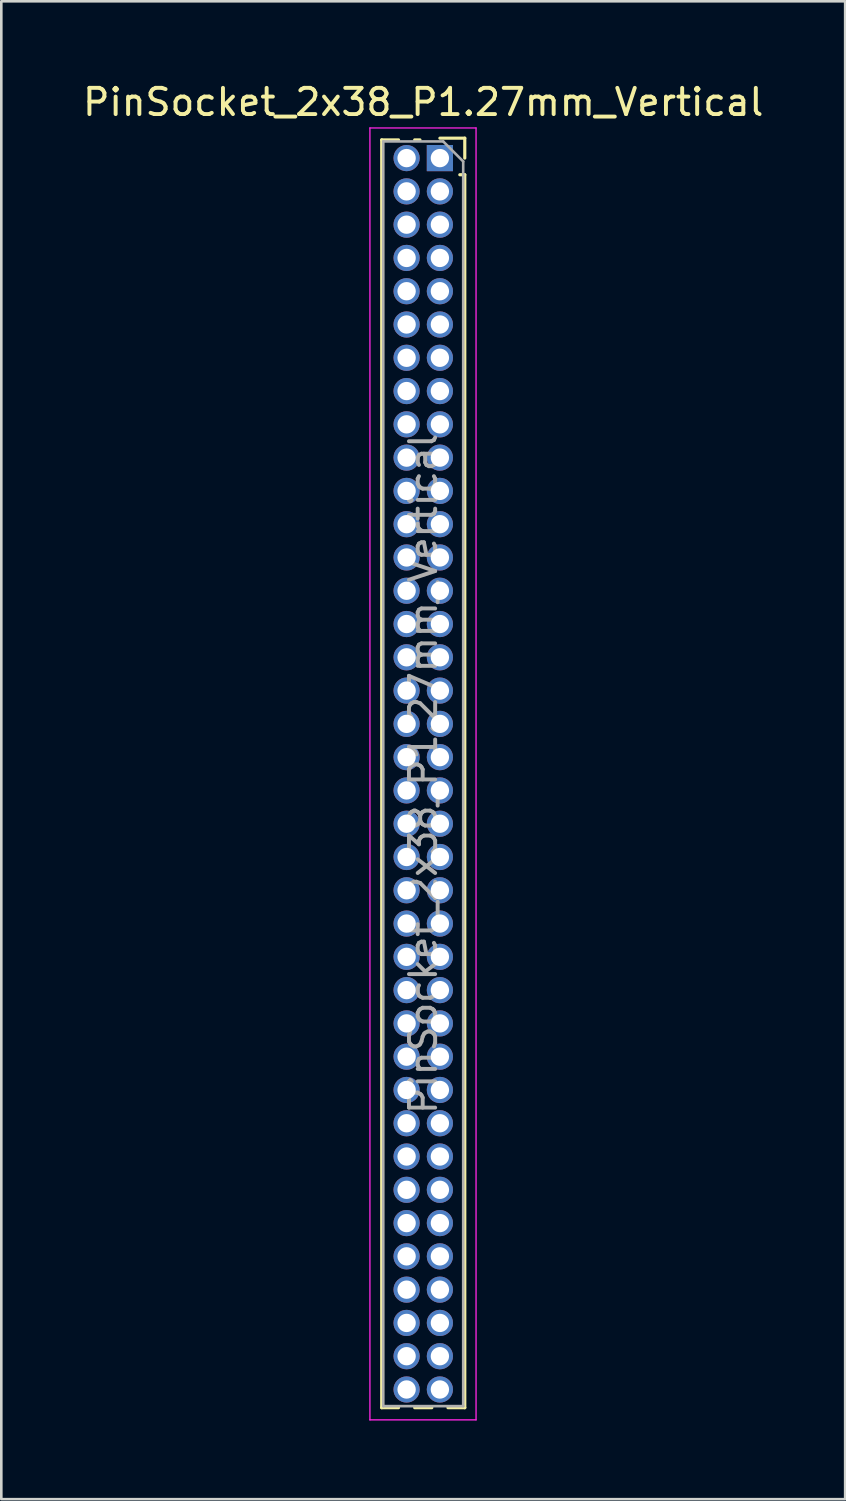
<source format=kicad_pcb>
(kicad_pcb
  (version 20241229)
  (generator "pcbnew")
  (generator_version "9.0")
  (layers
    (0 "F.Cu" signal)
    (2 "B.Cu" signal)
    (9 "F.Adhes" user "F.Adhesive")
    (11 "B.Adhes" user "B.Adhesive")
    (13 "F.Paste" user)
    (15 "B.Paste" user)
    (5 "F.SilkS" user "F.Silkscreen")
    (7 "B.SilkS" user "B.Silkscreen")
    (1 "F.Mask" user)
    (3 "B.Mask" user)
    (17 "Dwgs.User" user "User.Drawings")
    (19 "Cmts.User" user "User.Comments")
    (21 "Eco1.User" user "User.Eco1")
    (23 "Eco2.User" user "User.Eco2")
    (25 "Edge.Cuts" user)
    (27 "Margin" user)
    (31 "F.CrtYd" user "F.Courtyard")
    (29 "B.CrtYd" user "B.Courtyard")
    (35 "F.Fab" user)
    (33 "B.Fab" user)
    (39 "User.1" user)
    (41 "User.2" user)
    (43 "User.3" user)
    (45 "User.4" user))
  (footprint "PinSocket_2x38_P1.27mm_Vertical"
    (layer "F.Cu")
    (at 13.736 2.983)
    (property "Reference" "PinSocket_2x38_P1.27mm_Vertical" (at -0.635 -2.135 0) (layer "F.SilkS") (effects (font (size 1 1) (thickness 0.15))))
    (attr through_hole)
    (fp_line (start -2.22 -0.695) (end -2.22 47.685) (stroke (width 0.12) (type solid)) (layer "F.SilkS"))
    (fp_line (start -2.22 -0.695) (end -1.578 -0.695) (stroke (width 0.12) (type solid)) (layer "F.SilkS"))
    (fp_line (start -2.22 47.685) (end -1.578 47.685) (stroke (width 0.12) (type solid)) (layer "F.SilkS"))
    (fp_line (start -0.962 -0.695) (end -0.76 -0.695) (stroke (width 0.12) (type solid)) (layer "F.SilkS"))
    (fp_line (start -0.962 47.685) (end -0.308 47.685) (stroke (width 0.12) (type solid)) (layer "F.SilkS"))
    (fp_line (start 0 -0.76) (end 0.95 -0.76) (stroke (width 0.12) (type solid)) (layer "F.SilkS"))
    (fp_line (start 0.308 47.685) (end 0.95 47.685) (stroke (width 0.12) (type solid)) (layer "F.SilkS"))
    (fp_line (start 0.76 0.635) (end 0.95 0.635) (stroke (width 0.12) (type solid)) (layer "F.SilkS"))
    (fp_line (start 0.95 -0.76) (end 0.95 0) (stroke (width 0.12) (type solid)) (layer "F.SilkS"))
    (fp_line (start 0.95 0.635) (end 0.95 47.685) (stroke (width 0.12) (type solid)) (layer "F.SilkS"))
    (fp_line (start -2.67 -1.15) (end 1.38 -1.15) (stroke (width 0.05) (type solid)) (layer "F.CrtYd"))
    (fp_line (start -2.67 48.15) (end -2.67 -1.15) (stroke (width 0.05) (type solid)) (layer "F.CrtYd"))
    (fp_line (start 1.38 -1.15) (end 1.38 48.15) (stroke (width 0.05) (type solid)) (layer "F.CrtYd"))
    (fp_line (start 1.38 48.15) (end -2.67 48.15) (stroke (width 0.05) (type solid)) (layer "F.CrtYd"))
    (fp_line (start -2.16 -0.635) (end 0.128 -0.635) (stroke (width 0.1) (type solid)) (layer "F.Fab"))
    (fp_line (start -2.16 47.625) (end -2.16 -0.635) (stroke (width 0.1) (type solid)) (layer "F.Fab"))
    (fp_line (start 0.128 -0.635) (end 0.89 0.128) (stroke (width 0.1) (type solid)) (layer "F.Fab"))
    (fp_line (start 0.89 0.128) (end 0.89 47.625) (stroke (width 0.1) (type solid)) (layer "F.Fab"))
    (fp_line (start 0.89 47.625) (end -2.16 47.625) (stroke (width 0.1) (type solid)) (layer "F.Fab"))
    (fp_text user "${REFERENCE}" (at -0.635 23.495 90) (layer "F.Fab") (effects (font (size 1 1) (thickness 0.15))))
    (pad "1" thru_hole rect (at 0 0) (size 1 1) (drill 0.7) (layers "*.Cu" "*.Mask"))
    (pad "2" thru_hole circle (at -1.27 0) (size 1 1) (drill 0.7) (layers "*.Cu" "*.Mask"))
    (pad "3" thru_hole circle (at 0 1.27) (size 1 1) (drill 0.7) (layers "*.Cu" "*.Mask"))
    (pad "4" thru_hole circle (at -1.27 1.27) (size 1 1) (drill 0.7) (layers "*.Cu" "*.Mask"))
    (pad "5" thru_hole circle (at 0 2.54) (size 1 1) (drill 0.7) (layers "*.Cu" "*.Mask"))
    (pad "6" thru_hole circle (at -1.27 2.54) (size 1 1) (drill 0.7) (layers "*.Cu" "*.Mask"))
    (pad "7" thru_hole circle (at 0 3.81) (size 1 1) (drill 0.7) (layers "*.Cu" "*.Mask"))
    (pad "8" thru_hole circle (at -1.27 3.81) (size 1 1) (drill 0.7) (layers "*.Cu" "*.Mask"))
    (pad "9" thru_hole circle (at 0 5.08) (size 1 1) (drill 0.7) (layers "*.Cu" "*.Mask"))
    (pad "10" thru_hole circle (at -1.27 5.08) (size 1 1) (drill 0.7) (layers "*.Cu" "*.Mask"))
    (pad "11" thru_hole circle (at 0 6.35) (size 1 1) (drill 0.7) (layers "*.Cu" "*.Mask"))
    (pad "12" thru_hole circle (at -1.27 6.35) (size 1 1) (drill 0.7) (layers "*.Cu" "*.Mask"))
    (pad "13" thru_hole circle (at 0 7.62) (size 1 1) (drill 0.7) (layers "*.Cu" "*.Mask"))
    (pad "14" thru_hole circle (at -1.27 7.62) (size 1 1) (drill 0.7) (layers "*.Cu" "*.Mask"))
    (pad "15" thru_hole circle (at 0 8.89) (size 1 1) (drill 0.7) (layers "*.Cu" "*.Mask"))
    (pad "16" thru_hole circle (at -1.27 8.89) (size 1 1) (drill 0.7) (layers "*.Cu" "*.Mask"))
    (pad "17" thru_hole circle (at 0 10.16) (size 1 1) (drill 0.7) (layers "*.Cu" "*.Mask"))
    (pad "18" thru_hole circle (at -1.27 10.16) (size 1 1) (drill 0.7) (layers "*.Cu" "*.Mask"))
    (pad "19" thru_hole circle (at 0 11.43) (size 1 1) (drill 0.7) (layers "*.Cu" "*.Mask"))
    (pad "20" thru_hole circle (at -1.27 11.43) (size 1 1) (drill 0.7) (layers "*.Cu" "*.Mask"))
    (pad "21" thru_hole circle (at 0 12.7) (size 1 1) (drill 0.7) (layers "*.Cu" "*.Mask"))
    (pad "22" thru_hole circle (at -1.27 12.7) (size 1 1) (drill 0.7) (layers "*.Cu" "*.Mask"))
    (pad "23" thru_hole circle (at 0 13.97) (size 1 1) (drill 0.7) (layers "*.Cu" "*.Mask"))
    (pad "24" thru_hole circle (at -1.27 13.97) (size 1 1) (drill 0.7) (layers "*.Cu" "*.Mask"))
    (pad "25" thru_hole circle (at 0 15.24) (size 1 1) (drill 0.7) (layers "*.Cu" "*.Mask"))
    (pad "26" thru_hole circle (at -1.27 15.24) (size 1 1) (drill 0.7) (layers "*.Cu" "*.Mask"))
    (pad "27" thru_hole circle (at 0 16.51) (size 1 1) (drill 0.7) (layers "*.Cu" "*.Mask"))
    (pad "28" thru_hole circle (at -1.27 16.51) (size 1 1) (drill 0.7) (layers "*.Cu" "*.Mask"))
    (pad "29" thru_hole circle (at 0 17.78) (size 1 1) (drill 0.7) (layers "*.Cu" "*.Mask"))
    (pad "30" thru_hole circle (at -1.27 17.78) (size 1 1) (drill 0.7) (layers "*.Cu" "*.Mask"))
    (pad "31" thru_hole circle (at 0 19.05) (size 1 1) (drill 0.7) (layers "*.Cu" "*.Mask"))
    (pad "32" thru_hole circle (at -1.27 19.05) (size 1 1) (drill 0.7) (layers "*.Cu" "*.Mask"))
    (pad "33" thru_hole circle (at 0 20.32) (size 1 1) (drill 0.7) (layers "*.Cu" "*.Mask"))
    (pad "34" thru_hole circle (at -1.27 20.32) (size 1 1) (drill 0.7) (layers "*.Cu" "*.Mask"))
    (pad "35" thru_hole circle (at 0 21.59) (size 1 1) (drill 0.7) (layers "*.Cu" "*.Mask"))
    (pad "36" thru_hole circle (at -1.27 21.59) (size 1 1) (drill 0.7) (layers "*.Cu" "*.Mask"))
    (pad "37" thru_hole circle (at 0 22.86) (size 1 1) (drill 0.7) (layers "*.Cu" "*.Mask"))
    (pad "38" thru_hole circle (at -1.27 22.86) (size 1 1) (drill 0.7) (layers "*.Cu" "*.Mask"))
    (pad "39" thru_hole circle (at 0 24.13) (size 1 1) (drill 0.7) (layers "*.Cu" "*.Mask"))
    (pad "40" thru_hole circle (at -1.27 24.13) (size 1 1) (drill 0.7) (layers "*.Cu" "*.Mask"))
    (pad "41" thru_hole circle (at 0 25.4) (size 1 1) (drill 0.7) (layers "*.Cu" "*.Mask"))
    (pad "42" thru_hole circle (at -1.27 25.4) (size 1 1) (drill 0.7) (layers "*.Cu" "*.Mask"))
    (pad "43" thru_hole circle (at 0 26.67) (size 1 1) (drill 0.7) (layers "*.Cu" "*.Mask"))
    (pad "44" thru_hole circle (at -1.27 26.67) (size 1 1) (drill 0.7) (layers "*.Cu" "*.Mask"))
    (pad "45" thru_hole circle (at 0 27.94) (size 1 1) (drill 0.7) (layers "*.Cu" "*.Mask"))
    (pad "46" thru_hole circle (at -1.27 27.94) (size 1 1) (drill 0.7) (layers "*.Cu" "*.Mask"))
    (pad "47" thru_hole circle (at 0 29.21) (size 1 1) (drill 0.7) (layers "*.Cu" "*.Mask"))
    (pad "48" thru_hole circle (at -1.27 29.21) (size 1 1) (drill 0.7) (layers "*.Cu" "*.Mask"))
    (pad "49" thru_hole circle (at 0 30.48) (size 1 1) (drill 0.7) (layers "*.Cu" "*.Mask"))
    (pad "50" thru_hole circle (at -1.27 30.48) (size 1 1) (drill 0.7) (layers "*.Cu" "*.Mask"))
    (pad "51" thru_hole circle (at 0 31.75) (size 1 1) (drill 0.7) (layers "*.Cu" "*.Mask"))
    (pad "52" thru_hole circle (at -1.27 31.75) (size 1 1) (drill 0.7) (layers "*.Cu" "*.Mask"))
    (pad "53" thru_hole circle (at 0 33.02) (size 1 1) (drill 0.7) (layers "*.Cu" "*.Mask"))
    (pad "54" thru_hole circle (at -1.27 33.02) (size 1 1) (drill 0.7) (layers "*.Cu" "*.Mask"))
    (pad "55" thru_hole circle (at 0 34.29) (size 1 1) (drill 0.7) (layers "*.Cu" "*.Mask"))
    (pad "56" thru_hole circle (at -1.27 34.29) (size 1 1) (drill 0.7) (layers "*.Cu" "*.Mask"))
    (pad "57" thru_hole circle (at 0 35.56) (size 1 1) (drill 0.7) (layers "*.Cu" "*.Mask"))
    (pad "58" thru_hole circle (at -1.27 35.56) (size 1 1) (drill 0.7) (layers "*.Cu" "*.Mask"))
    (pad "59" thru_hole circle (at 0 36.83) (size 1 1) (drill 0.7) (layers "*.Cu" "*.Mask"))
    (pad "60" thru_hole circle (at -1.27 36.83) (size 1 1) (drill 0.7) (layers "*.Cu" "*.Mask"))
    (pad "61" thru_hole circle (at 0 38.1) (size 1 1) (drill 0.7) (layers "*.Cu" "*.Mask"))
    (pad "62" thru_hole circle (at -1.27 38.1) (size 1 1) (drill 0.7) (layers "*.Cu" "*.Mask"))
    (pad "63" thru_hole circle (at 0 39.37) (size 1 1) (drill 0.7) (layers "*.Cu" "*.Mask"))
    (pad "64" thru_hole circle (at -1.27 39.37) (size 1 1) (drill 0.7) (layers "*.Cu" "*.Mask"))
    (pad "65" thru_hole circle (at 0 40.64) (size 1 1) (drill 0.7) (layers "*.Cu" "*.Mask"))
    (pad "66" thru_hole circle (at -1.27 40.64) (size 1 1) (drill 0.7) (layers "*.Cu" "*.Mask"))
    (pad "67" thru_hole circle (at 0 41.91) (size 1 1) (drill 0.7) (layers "*.Cu" "*.Mask"))
    (pad "68" thru_hole circle (at -1.27 41.91) (size 1 1) (drill 0.7) (layers "*.Cu" "*.Mask"))
    (pad "69" thru_hole circle (at 0 43.18) (size 1 1) (drill 0.7) (layers "*.Cu" "*.Mask"))
    (pad "70" thru_hole circle (at -1.27 43.18) (size 1 1) (drill 0.7) (layers "*.Cu" "*.Mask"))
    (pad "71" thru_hole circle (at 0 44.45) (size 1 1) (drill 0.7) (layers "*.Cu" "*.Mask"))
    (pad "72" thru_hole circle (at -1.27 44.45) (size 1 1) (drill 0.7) (layers "*.Cu" "*.Mask"))
    (pad "73" thru_hole circle (at 0 45.72) (size 1 1) (drill 0.7) (layers "*.Cu" "*.Mask"))
    (pad "74" thru_hole circle (at -1.27 45.72) (size 1 1) (drill 0.7) (layers "*.Cu" "*.Mask"))
    (pad "75" thru_hole circle (at 0 46.99) (size 1 1) (drill 0.7) (layers "*.Cu" "*.Mask"))
    (pad "76" thru_hole circle (at -1.27 46.99) (size 1 1) (drill 0.7) (layers "*.Cu" "*.Mask")))
  (gr_rect
    (start -3 -3)
    (end 29.202 54.158)
    (stroke (width 0.1) (type default))
    (fill no)
    (layer "Edge.Cuts")))
</source>
